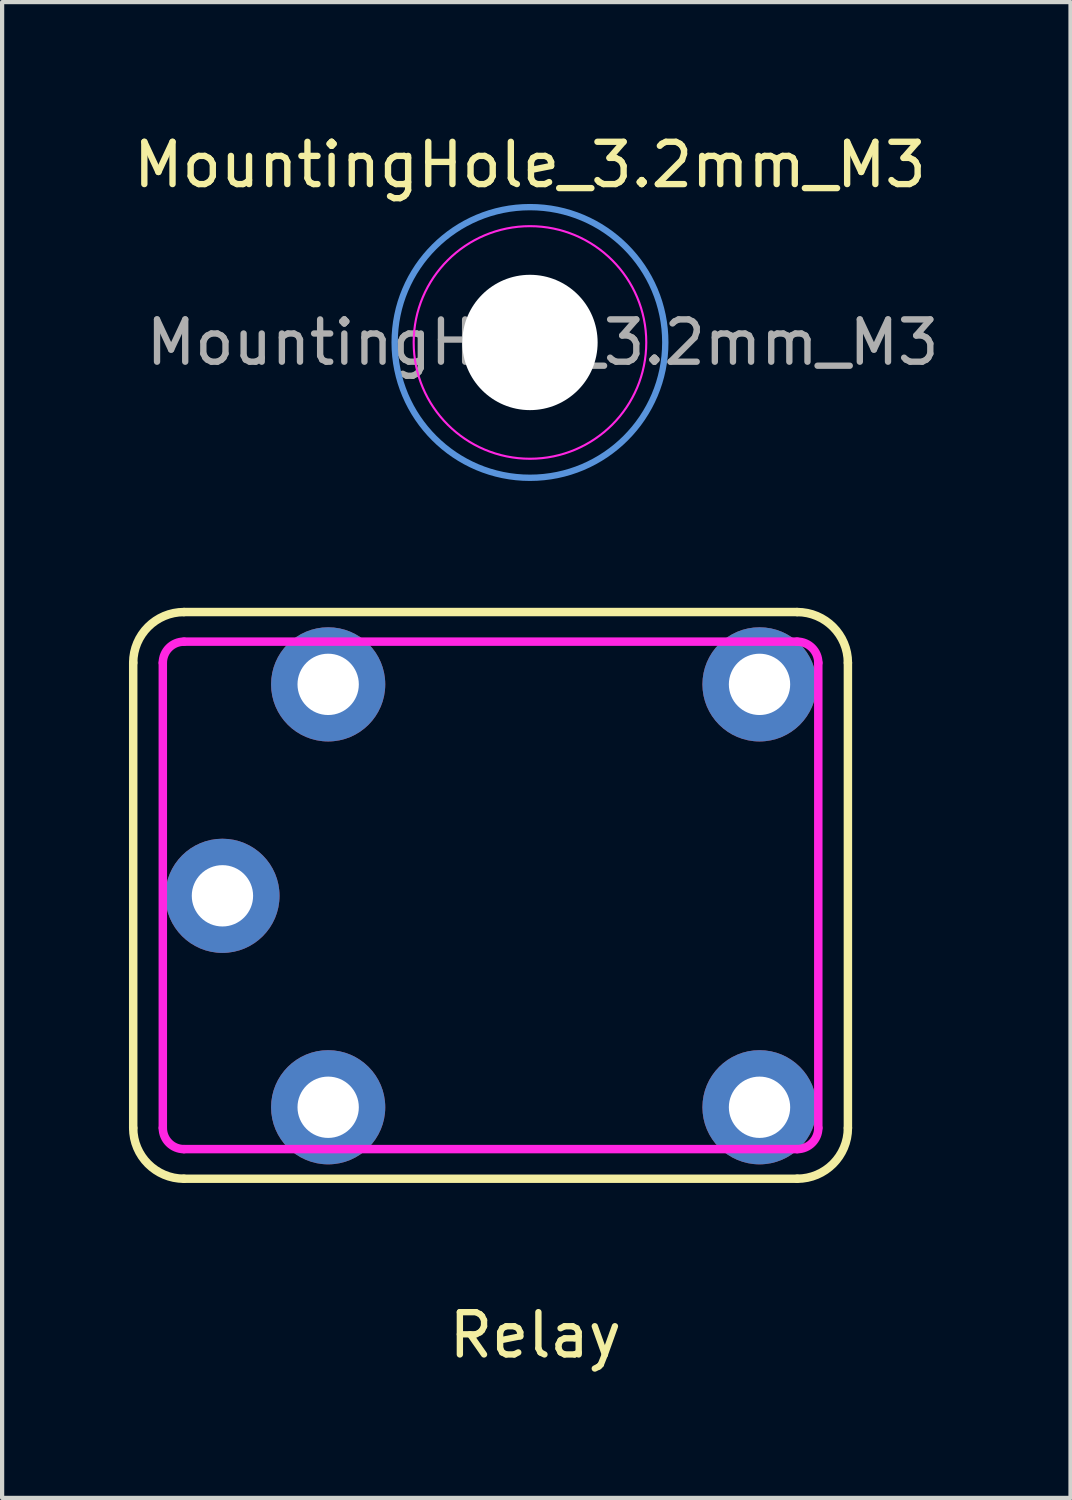
<source format=kicad_pcb>
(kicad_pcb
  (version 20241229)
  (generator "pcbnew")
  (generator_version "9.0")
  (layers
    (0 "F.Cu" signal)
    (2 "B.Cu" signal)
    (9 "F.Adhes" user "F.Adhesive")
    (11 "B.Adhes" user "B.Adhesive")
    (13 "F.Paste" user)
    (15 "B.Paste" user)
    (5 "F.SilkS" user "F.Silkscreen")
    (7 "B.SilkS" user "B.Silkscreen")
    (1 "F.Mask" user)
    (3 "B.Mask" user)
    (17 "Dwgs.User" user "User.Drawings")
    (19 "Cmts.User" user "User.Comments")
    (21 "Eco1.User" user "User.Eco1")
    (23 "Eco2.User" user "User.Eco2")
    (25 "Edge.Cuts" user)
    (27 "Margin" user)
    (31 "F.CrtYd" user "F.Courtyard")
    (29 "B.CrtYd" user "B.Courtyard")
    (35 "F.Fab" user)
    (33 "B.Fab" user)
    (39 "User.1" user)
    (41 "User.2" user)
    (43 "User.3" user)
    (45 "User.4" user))
  (footprint "MountingHole_3.2mm_M3"
    (layer "F.Cu")
    (at 9.482 5.048)
    (property "Reference" "MountingHole_3.2mm_M3" (at 0 -4.2 0) (layer "F.SilkS") (effects (font (size 1 1) (thickness 0.15))))
    (attr exclude_from_pos_files exclude_from_bom)
    (fp_circle (center 0 0) (end 3.2 0) (stroke (width 0.15) (type solid)) (fill no) (layer "Cmts.User"))
    (fp_circle (center 0 0) (end 2.75 0) (stroke (width 0.05) (type solid)) (fill no) (layer "F.CrtYd"))
    (fp_text user "${REFERENCE}" (at 0.3 0 0) (layer "F.Fab") (effects (font (size 1 1) (thickness 0.15))))
    (pad "" np_thru_hole circle (at 0 0) (size 3.2 3.2) (drill 3.2) (layers "*.Cu" "*.Mask")))
  (footprint "Relay"
    (layer "F.Cu")
    (at 9.75 17.883)
    (property "Reference" "Relay" (at -0.14 10.64 0) (layer "F.SilkS") (effects (font (size 1 1) (thickness 0.15))))
    (attr through_hole)
    (fp_line (start -9.65 -5.26) (end -9.65 5.74) (stroke (width 0.2) (type solid)) (layer "F.SilkS"))
    (fp_line (start -8.45 6.94) (end 6.05 6.94) (stroke (width 0.2) (type solid)) (layer "F.SilkS"))
    (fp_line (start 6.05 -6.46) (end -8.45 -6.46) (stroke (width 0.2) (type solid)) (layer "F.SilkS"))
    (fp_line (start 7.25 5.74) (end 7.25 -5.26) (stroke (width 0.2) (type solid)) (layer "F.SilkS"))
    (fp_arc (start -9.65 -5.259997) (mid -9.298527 -6.108525) (end -8.449999 -6.459996) (stroke (width 0.2) (type solid)) (layer "F.SilkS"))
    (fp_arc (start -8.45 6.940004) (mid -9.298528 6.588532) (end -9.65 5.740004) (stroke (width 0.2) (type solid)) (layer "F.SilkS"))
    (fp_arc (start 6.05 -6.459995) (mid 6.898527 -6.108523) (end 7.249999 -5.259996) (stroke (width 0.2) (type solid)) (layer "F.SilkS"))
    (fp_arc (start 7.25 5.740004) (mid 6.898528 6.588532) (end 6.05 6.940004) (stroke (width 0.2) (type solid)) (layer "F.SilkS"))
    (fp_line (start -8.95 -5.26) (end -8.95 5.74) (stroke (width 0.2) (type solid)) (layer "F.CrtYd"))
    (fp_line (start 6.05 -5.76) (end -8.45 -5.76) (stroke (width 0.2) (type solid)) (layer "F.CrtYd"))
    (fp_line (start 6.05 6.24) (end -8.45 6.24) (stroke (width 0.2) (type solid)) (layer "F.CrtYd"))
    (fp_line (start 6.55 -5.26) (end 6.55 5.74) (stroke (width 0.2) (type solid)) (layer "F.CrtYd"))
    (fp_arc (start -8.95 -5.259996) (mid -8.803553 -5.613549) (end -8.45 -5.759996) (stroke (width 0.2) (type solid)) (layer "F.CrtYd"))
    (fp_arc (start -8.45 6.240004) (mid -8.803553 6.093557) (end -8.95 5.740004) (stroke (width 0.2) (type solid)) (layer "F.CrtYd"))
    (fp_arc (start 6.05 -5.759996) (mid 6.403553 -5.613549) (end 6.55 -5.259996) (stroke (width 0.2) (type solid)) (layer "F.CrtYd"))
    (fp_arc (start 6.55 5.740004) (mid 6.403553 6.093557) (end 6.05 6.240004) (stroke (width 0.2) (type solid)) (layer "F.CrtYd"))
    (pad "1" thru_hole circle (at 5.16 -4.75) (size 2.7 2.7) (drill 1.45) (layers "*.Cu" "*.Mask"))
    (pad "2" thru_hole circle (at -5.04 5.25) (size 2.7 2.7) (drill 1.45) (layers "*.Cu" "*.Mask"))
    (pad "6" thru_hole circle (at -5.04 -4.75) (size 2.7 2.7) (drill 1.45) (layers "*.Cu" "*.Mask"))
    (pad "7" thru_hole circle (at -7.54 0.25) (size 2.7 2.7) (drill 1.45) (layers "*.Cu" "*.Mask"))
    (pad "14" thru_hole circle (at 5.16 5.25) (size 2.7 2.7) (drill 1.45) (layers "*.Cu" "*.Mask")))
  (gr_rect
    (start -3 -3)
    (end 22.264 32.371)
    (stroke (width 0.1) (type default))
    (fill no)
    (layer "Edge.Cuts")))
</source>
